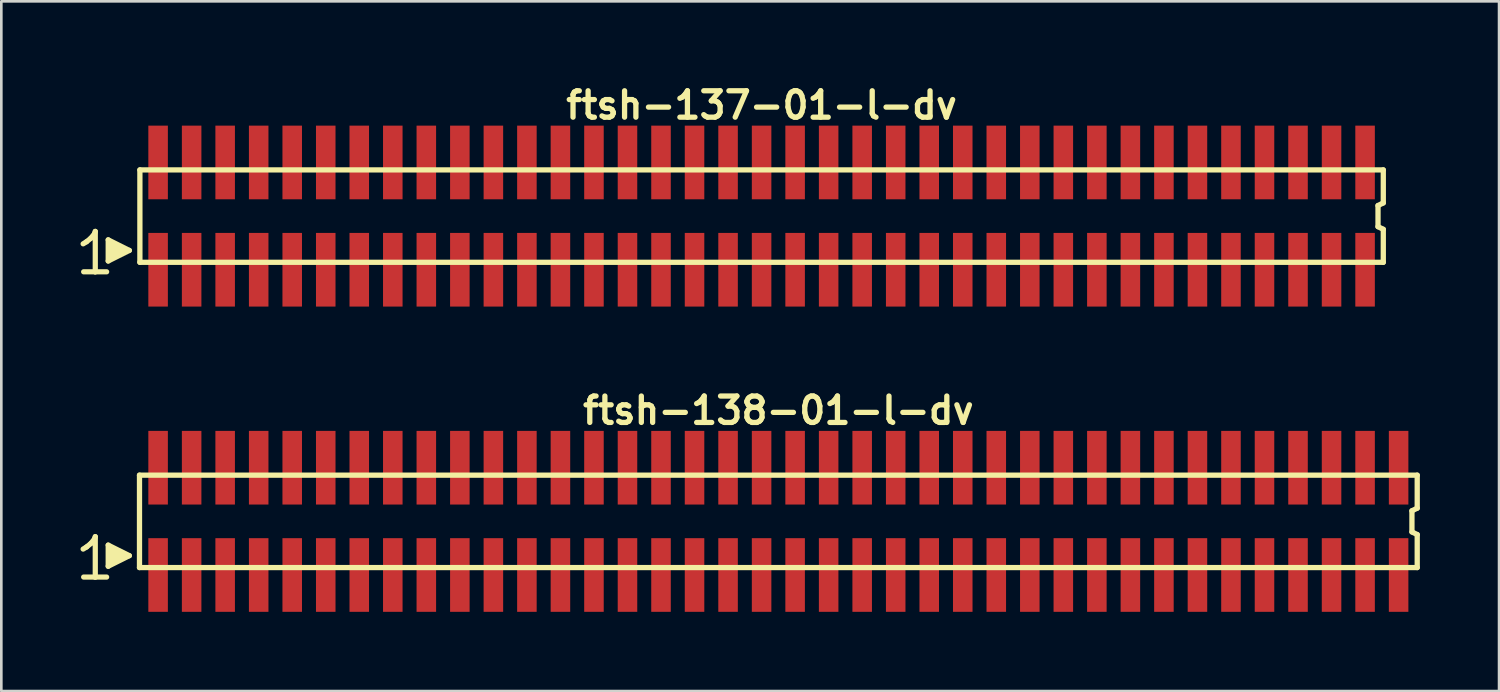
<source format=kicad_pcb>
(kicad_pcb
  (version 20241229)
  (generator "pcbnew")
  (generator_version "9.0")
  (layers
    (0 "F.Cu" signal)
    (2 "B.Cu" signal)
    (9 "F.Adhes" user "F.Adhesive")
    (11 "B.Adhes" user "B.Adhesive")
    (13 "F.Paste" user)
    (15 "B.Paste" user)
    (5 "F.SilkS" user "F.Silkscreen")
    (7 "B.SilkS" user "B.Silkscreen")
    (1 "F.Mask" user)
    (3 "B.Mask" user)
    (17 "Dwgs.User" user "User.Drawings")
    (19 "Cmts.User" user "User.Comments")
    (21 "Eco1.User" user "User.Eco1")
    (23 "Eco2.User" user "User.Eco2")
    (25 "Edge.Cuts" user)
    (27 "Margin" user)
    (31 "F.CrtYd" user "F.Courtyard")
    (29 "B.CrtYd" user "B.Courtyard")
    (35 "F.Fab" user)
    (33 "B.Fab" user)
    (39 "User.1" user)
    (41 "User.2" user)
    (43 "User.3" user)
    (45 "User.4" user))
  (footprint "ftsh-138-01-l-dv"
    (layer "F.Cu")
    (at 26.434 16.699)
    (property "Reference" "ftsh-138-01-l-dv" (at 0 -4.2 0) (layer "F.SilkS") (effects (font (size 1 1) (thickness 0.2))))
    (attr smd)
    (fp_line (start -26.335 1.05) (end -26.205 0.97) (stroke (width 0.198) (type solid)) (layer "F.SilkS"))
    (fp_line (start -26.205 0.97) (end -26.045 0.84) (stroke (width 0.198) (type solid)) (layer "F.SilkS"))
    (fp_line (start -26.045 0.84) (end -25.905 0.67) (stroke (width 0.198) (type solid)) (layer "F.SilkS"))
    (fp_line (start -25.905 0.67) (end -25.875 0.58) (stroke (width 0.198) (type solid)) (layer "F.SilkS"))
    (fp_line (start -25.875 0.58) (end -25.875 2.11) (stroke (width 0.198) (type solid)) (layer "F.SilkS"))
    (fp_line (start -25.875 2.11) (end -26.315 2.11) (stroke (width 0.198) (type solid)) (layer "F.SilkS"))
    (fp_line (start -25.445 2.11) (end -25.885 2.11) (stroke (width 0.198) (type solid)) (layer "F.SilkS"))
    (fp_line (start -25.385 0.9) (end -24.585 1.3) (stroke (width 0.198) (type solid)) (layer "F.SilkS"))
    (fp_line (start -25.385 1.7) (end -25.385 0.9) (stroke (width 0.198) (type solid)) (layer "F.SilkS"))
    (fp_line (start -25.285 1.6) (end -25.285 1) (stroke (width 0.198) (type solid)) (layer "F.SilkS"))
    (fp_line (start -25.185 1.1) (end -25.185 1.5) (stroke (width 0.198) (type solid)) (layer "F.SilkS"))
    (fp_line (start -25.085 1.5) (end -25.085 1.1) (stroke (width 0.198) (type solid)) (layer "F.SilkS"))
    (fp_line (start -24.985 1.2) (end -24.985 1.4) (stroke (width 0.198) (type solid)) (layer "F.SilkS"))
    (fp_line (start -24.885 1.4) (end -24.885 1.2) (stroke (width 0.198) (type solid)) (layer "F.SilkS"))
    (fp_line (start -24.585 1.3) (end -25.385 1.7) (stroke (width 0.198) (type solid)) (layer "F.SilkS"))
    (fp_line (start -24.2 -1.75) (end -24.2 1.75) (stroke (width 0.2) (type solid)) (layer "F.SilkS"))
    (fp_line (start -24.2 -1.75) (end 24.2 -1.75) (stroke (width 0.2) (type solid)) (layer "F.SilkS"))
    (fp_line (start -24.2 1.75) (end 24.2 1.75) (stroke (width 0.2) (type solid)) (layer "F.SilkS"))
    (fp_line (start 24 -0.4) (end 24 0.4) (stroke (width 0.2) (type solid)) (layer "F.SilkS"))
    (fp_line (start 24 0.4) (end 24.2 0.5) (stroke (width 0.2) (type solid)) (layer "F.SilkS"))
    (fp_line (start 24.2 -0.5) (end 24 -0.4) (stroke (width 0.2) (type solid)) (layer "F.SilkS"))
    (fp_line (start 24.2 -0.5) (end 24.2 -1.75) (stroke (width 0.2) (type solid)) (layer "F.SilkS"))
    (fp_line (start 24.2 0.5) (end 24.2 1.75) (stroke (width 0.2) (type solid)) (layer "F.SilkS"))
    (pad "1" smd rect (at -23.495 2.032) (size 0.74 2.79) (layers "F.Cu" "F.Mask" "F.Paste"))
    (pad "2" smd rect (at -23.495 -2.032) (size 0.74 2.79) (layers "F.Cu" "F.Mask" "F.Paste"))
    (pad "3" smd rect (at -22.225 2.032) (size 0.74 2.79) (layers "F.Cu" "F.Mask" "F.Paste"))
    (pad "4" smd rect (at -22.225 -2.032) (size 0.74 2.79) (layers "F.Cu" "F.Mask" "F.Paste"))
    (pad "5" smd rect (at -20.955 2.032) (size 0.74 2.79) (layers "F.Cu" "F.Mask" "F.Paste"))
    (pad "6" smd rect (at -20.955 -2.032) (size 0.74 2.79) (layers "F.Cu" "F.Mask" "F.Paste"))
    (pad "7" smd rect (at -19.685 2.032) (size 0.74 2.79) (layers "F.Cu" "F.Mask" "F.Paste"))
    (pad "8" smd rect (at -19.685 -2.032) (size 0.74 2.79) (layers "F.Cu" "F.Mask" "F.Paste"))
    (pad "9" smd rect (at -18.415 2.032) (size 0.74 2.79) (layers "F.Cu" "F.Mask" "F.Paste"))
    (pad "10" smd rect (at -18.415 -2.032) (size 0.74 2.79) (layers "F.Cu" "F.Mask" "F.Paste"))
    (pad "11" smd rect (at -17.145 2.032) (size 0.74 2.79) (layers "F.Cu" "F.Mask" "F.Paste"))
    (pad "12" smd rect (at -17.145 -2.032) (size 0.74 2.79) (layers "F.Cu" "F.Mask" "F.Paste"))
    (pad "13" smd rect (at -15.875 2.032) (size 0.74 2.79) (layers "F.Cu" "F.Mask" "F.Paste"))
    (pad "14" smd rect (at -15.875 -2.032) (size 0.74 2.79) (layers "F.Cu" "F.Mask" "F.Paste"))
    (pad "15" smd rect (at -14.605 2.032) (size 0.74 2.79) (layers "F.Cu" "F.Mask" "F.Paste"))
    (pad "16" smd rect (at -14.605 -2.032) (size 0.74 2.79) (layers "F.Cu" "F.Mask" "F.Paste"))
    (pad "17" smd rect (at -13.335 2.032) (size 0.74 2.79) (layers "F.Cu" "F.Mask" "F.Paste"))
    (pad "18" smd rect (at -13.335 -2.032) (size 0.74 2.79) (layers "F.Cu" "F.Mask" "F.Paste"))
    (pad "19" smd rect (at -12.065 2.032) (size 0.74 2.79) (layers "F.Cu" "F.Mask" "F.Paste"))
    (pad "20" smd rect (at -12.065 -2.032) (size 0.74 2.79) (layers "F.Cu" "F.Mask" "F.Paste"))
    (pad "21" smd rect (at -10.795 2.032) (size 0.74 2.79) (layers "F.Cu" "F.Mask" "F.Paste"))
    (pad "22" smd rect (at -10.795 -2.032) (size 0.74 2.79) (layers "F.Cu" "F.Mask" "F.Paste"))
    (pad "23" smd rect (at -9.525 2.032) (size 0.74 2.79) (layers "F.Cu" "F.Mask" "F.Paste"))
    (pad "24" smd rect (at -9.525 -2.032) (size 0.74 2.79) (layers "F.Cu" "F.Mask" "F.Paste"))
    (pad "25" smd rect (at -8.255 2.032) (size 0.74 2.79) (layers "F.Cu" "F.Mask" "F.Paste"))
    (pad "26" smd rect (at -8.255 -2.032) (size 0.74 2.79) (layers "F.Cu" "F.Mask" "F.Paste"))
    (pad "27" smd rect (at -6.985 2.032) (size 0.74 2.79) (layers "F.Cu" "F.Mask" "F.Paste"))
    (pad "28" smd rect (at -6.985 -2.032) (size 0.74 2.79) (layers "F.Cu" "F.Mask" "F.Paste"))
    (pad "29" smd rect (at -5.715 2.032) (size 0.74 2.79) (layers "F.Cu" "F.Mask" "F.Paste"))
    (pad "30" smd rect (at -5.715 -2.032) (size 0.74 2.79) (layers "F.Cu" "F.Mask" "F.Paste"))
    (pad "31" smd rect (at -4.445 2.032) (size 0.74 2.79) (layers "F.Cu" "F.Mask" "F.Paste"))
    (pad "32" smd rect (at -4.445 -2.032) (size 0.74 2.79) (layers "F.Cu" "F.Mask" "F.Paste"))
    (pad "33" smd rect (at -3.175 2.032) (size 0.74 2.79) (layers "F.Cu" "F.Mask" "F.Paste"))
    (pad "34" smd rect (at -3.175 -2.032) (size 0.74 2.79) (layers "F.Cu" "F.Mask" "F.Paste"))
    (pad "35" smd rect (at -1.905 2.032) (size 0.74 2.79) (layers "F.Cu" "F.Mask" "F.Paste"))
    (pad "36" smd rect (at -1.905 -2.032) (size 0.74 2.79) (layers "F.Cu" "F.Mask" "F.Paste"))
    (pad "37" smd rect (at -0.635 2.032) (size 0.74 2.79) (layers "F.Cu" "F.Mask" "F.Paste"))
    (pad "38" smd rect (at -0.635 -2.032) (size 0.74 2.79) (layers "F.Cu" "F.Mask" "F.Paste"))
    (pad "39" smd rect (at 0.635 2.032) (size 0.74 2.79) (layers "F.Cu" "F.Mask" "F.Paste"))
    (pad "40" smd rect (at 0.635 -2.032) (size 0.74 2.79) (layers "F.Cu" "F.Mask" "F.Paste"))
    (pad "41" smd rect (at 1.905 2.032) (size 0.74 2.79) (layers "F.Cu" "F.Mask" "F.Paste"))
    (pad "42" smd rect (at 1.905 -2.032) (size 0.74 2.79) (layers "F.Cu" "F.Mask" "F.Paste"))
    (pad "43" smd rect (at 3.175 2.032) (size 0.74 2.79) (layers "F.Cu" "F.Mask" "F.Paste"))
    (pad "44" smd rect (at 3.175 -2.032) (size 0.74 2.79) (layers "F.Cu" "F.Mask" "F.Paste"))
    (pad "45" smd rect (at 4.445 2.032) (size 0.74 2.79) (layers "F.Cu" "F.Mask" "F.Paste"))
    (pad "46" smd rect (at 4.445 -2.032) (size 0.74 2.79) (layers "F.Cu" "F.Mask" "F.Paste"))
    (pad "47" smd rect (at 5.715 2.032) (size 0.74 2.79) (layers "F.Cu" "F.Mask" "F.Paste"))
    (pad "48" smd rect (at 5.715 -2.032) (size 0.74 2.79) (layers "F.Cu" "F.Mask" "F.Paste"))
    (pad "49" smd rect (at 6.985 2.032) (size 0.74 2.79) (layers "F.Cu" "F.Mask" "F.Paste"))
    (pad "50" smd rect (at 6.985 -2.032) (size 0.74 2.79) (layers "F.Cu" "F.Mask" "F.Paste"))
    (pad "51" smd rect (at 8.255 2.032) (size 0.74 2.79) (layers "F.Cu" "F.Mask" "F.Paste"))
    (pad "52" smd rect (at 8.255 -2.032) (size 0.74 2.79) (layers "F.Cu" "F.Mask" "F.Paste"))
    (pad "53" smd rect (at 9.525 2.032) (size 0.74 2.79) (layers "F.Cu" "F.Mask" "F.Paste"))
    (pad "54" smd rect (at 9.525 -2.032) (size 0.74 2.79) (layers "F.Cu" "F.Mask" "F.Paste"))
    (pad "55" smd rect (at 10.795 2.032) (size 0.74 2.79) (layers "F.Cu" "F.Mask" "F.Paste"))
    (pad "56" smd rect (at 10.795 -2.032) (size 0.74 2.79) (layers "F.Cu" "F.Mask" "F.Paste"))
    (pad "57" smd rect (at 12.065 2.032) (size 0.74 2.79) (layers "F.Cu" "F.Mask" "F.Paste"))
    (pad "58" smd rect (at 12.065 -2.032) (size 0.74 2.79) (layers "F.Cu" "F.Mask" "F.Paste"))
    (pad "59" smd rect (at 13.335 2.032) (size 0.74 2.79) (layers "F.Cu" "F.Mask" "F.Paste"))
    (pad "60" smd rect (at 13.335 -2.032) (size 0.74 2.79) (layers "F.Cu" "F.Mask" "F.Paste"))
    (pad "61" smd rect (at 14.605 2.032) (size 0.74 2.79) (layers "F.Cu" "F.Mask" "F.Paste"))
    (pad "62" smd rect (at 14.605 -2.032) (size 0.74 2.79) (layers "F.Cu" "F.Mask" "F.Paste"))
    (pad "63" smd rect (at 15.875 2.032) (size 0.74 2.79) (layers "F.Cu" "F.Mask" "F.Paste"))
    (pad "64" smd rect (at 15.875 -2.032) (size 0.74 2.79) (layers "F.Cu" "F.Mask" "F.Paste"))
    (pad "65" smd rect (at 17.145 2.032) (size 0.74 2.79) (layers "F.Cu" "F.Mask" "F.Paste"))
    (pad "66" smd rect (at 17.145 -2.032) (size 0.74 2.79) (layers "F.Cu" "F.Mask" "F.Paste"))
    (pad "67" smd rect (at 18.415 2.032) (size 0.74 2.79) (layers "F.Cu" "F.Mask" "F.Paste"))
    (pad "68" smd rect (at 18.415 -2.032) (size 0.74 2.79) (layers "F.Cu" "F.Mask" "F.Paste"))
    (pad "69" smd rect (at 19.685 2.032) (size 0.74 2.79) (layers "F.Cu" "F.Mask" "F.Paste"))
    (pad "70" smd rect (at 19.685 -2.032) (size 0.74 2.79) (layers "F.Cu" "F.Mask" "F.Paste"))
    (pad "71" smd rect (at 20.955 2.032) (size 0.74 2.79) (layers "F.Cu" "F.Mask" "F.Paste"))
    (pad "72" smd rect (at 20.955 -2.032) (size 0.74 2.79) (layers "F.Cu" "F.Mask" "F.Paste"))
    (pad "73" smd rect (at 22.225 2.032) (size 0.74 2.79) (layers "F.Cu" "F.Mask" "F.Paste"))
    (pad "74" smd rect (at 22.225 -2.032) (size 0.74 2.79) (layers "F.Cu" "F.Mask" "F.Paste"))
    (pad "75" smd rect (at 23.495 2.032) (size 0.74 2.79) (layers "F.Cu" "F.Mask" "F.Paste"))
    (pad "76" smd rect (at 23.495 -2.032) (size 0.74 2.79) (layers "F.Cu" "F.Mask" "F.Paste")))
  (footprint "ftsh-137-01-l-dv"
    (layer "F.Cu")
    (at 25.799 5.136)
    (property "Reference" "ftsh-137-01-l-dv" (at 0 -4.2 0) (layer "F.SilkS") (effects (font (size 1 1) (thickness 0.2))))
    (attr smd)
    (fp_line (start -25.7 1.05) (end -25.57 0.97) (stroke (width 0.198) (type solid)) (layer "F.SilkS"))
    (fp_line (start -25.57 0.97) (end -25.41 0.84) (stroke (width 0.198) (type solid)) (layer "F.SilkS"))
    (fp_line (start -25.41 0.84) (end -25.27 0.67) (stroke (width 0.198) (type solid)) (layer "F.SilkS"))
    (fp_line (start -25.27 0.67) (end -25.24 0.58) (stroke (width 0.198) (type solid)) (layer "F.SilkS"))
    (fp_line (start -25.24 0.58) (end -25.24 2.11) (stroke (width 0.198) (type solid)) (layer "F.SilkS"))
    (fp_line (start -25.24 2.11) (end -25.68 2.11) (stroke (width 0.198) (type solid)) (layer "F.SilkS"))
    (fp_line (start -24.81 2.11) (end -25.25 2.11) (stroke (width 0.198) (type solid)) (layer "F.SilkS"))
    (fp_line (start -24.75 0.9) (end -23.95 1.3) (stroke (width 0.198) (type solid)) (layer "F.SilkS"))
    (fp_line (start -24.75 1.7) (end -24.75 0.9) (stroke (width 0.198) (type solid)) (layer "F.SilkS"))
    (fp_line (start -24.65 1.6) (end -24.65 1) (stroke (width 0.198) (type solid)) (layer "F.SilkS"))
    (fp_line (start -24.55 1.1) (end -24.55 1.5) (stroke (width 0.198) (type solid)) (layer "F.SilkS"))
    (fp_line (start -24.45 1.5) (end -24.45 1.1) (stroke (width 0.198) (type solid)) (layer "F.SilkS"))
    (fp_line (start -24.35 1.2) (end -24.35 1.4) (stroke (width 0.198) (type solid)) (layer "F.SilkS"))
    (fp_line (start -24.25 1.4) (end -24.25 1.2) (stroke (width 0.198) (type solid)) (layer "F.SilkS"))
    (fp_line (start -23.95 1.3) (end -24.75 1.7) (stroke (width 0.198) (type solid)) (layer "F.SilkS"))
    (fp_line (start -23.55 -1.75) (end -23.55 1.75) (stroke (width 0.2) (type solid)) (layer "F.SilkS"))
    (fp_line (start -23.55 -1.75) (end 23.55 -1.75) (stroke (width 0.2) (type solid)) (layer "F.SilkS"))
    (fp_line (start -23.55 1.75) (end 23.55 1.75) (stroke (width 0.2) (type solid)) (layer "F.SilkS"))
    (fp_line (start 23.35 -0.4) (end 23.35 0.4) (stroke (width 0.2) (type solid)) (layer "F.SilkS"))
    (fp_line (start 23.35 0.4) (end 23.55 0.5) (stroke (width 0.2) (type solid)) (layer "F.SilkS"))
    (fp_line (start 23.55 -0.5) (end 23.35 -0.4) (stroke (width 0.2) (type solid)) (layer "F.SilkS"))
    (fp_line (start 23.55 -0.5) (end 23.55 -1.75) (stroke (width 0.2) (type solid)) (layer "F.SilkS"))
    (fp_line (start 23.55 0.5) (end 23.55 1.75) (stroke (width 0.2) (type solid)) (layer "F.SilkS"))
    (pad "1" smd rect (at -22.86 2.032) (size 0.74 2.79) (layers "F.Cu" "F.Mask" "F.Paste"))
    (pad "2" smd rect (at -22.86 -2.032) (size 0.74 2.79) (layers "F.Cu" "F.Mask" "F.Paste"))
    (pad "3" smd rect (at -21.59 2.032) (size 0.74 2.79) (layers "F.Cu" "F.Mask" "F.Paste"))
    (pad "4" smd rect (at -21.59 -2.032) (size 0.74 2.79) (layers "F.Cu" "F.Mask" "F.Paste"))
    (pad "5" smd rect (at -20.32 2.032) (size 0.74 2.79) (layers "F.Cu" "F.Mask" "F.Paste"))
    (pad "6" smd rect (at -20.32 -2.032) (size 0.74 2.79) (layers "F.Cu" "F.Mask" "F.Paste"))
    (pad "7" smd rect (at -19.05 2.032) (size 0.74 2.79) (layers "F.Cu" "F.Mask" "F.Paste"))
    (pad "8" smd rect (at -19.05 -2.032) (size 0.74 2.79) (layers "F.Cu" "F.Mask" "F.Paste"))
    (pad "9" smd rect (at -17.78 2.032) (size 0.74 2.79) (layers "F.Cu" "F.Mask" "F.Paste"))
    (pad "10" smd rect (at -17.78 -2.032) (size 0.74 2.79) (layers "F.Cu" "F.Mask" "F.Paste"))
    (pad "11" smd rect (at -16.51 2.032) (size 0.74 2.79) (layers "F.Cu" "F.Mask" "F.Paste"))
    (pad "12" smd rect (at -16.51 -2.032) (size 0.74 2.79) (layers "F.Cu" "F.Mask" "F.Paste"))
    (pad "13" smd rect (at -15.24 2.032) (size 0.74 2.79) (layers "F.Cu" "F.Mask" "F.Paste"))
    (pad "14" smd rect (at -15.24 -2.032) (size 0.74 2.79) (layers "F.Cu" "F.Mask" "F.Paste"))
    (pad "15" smd rect (at -13.97 2.032) (size 0.74 2.79) (layers "F.Cu" "F.Mask" "F.Paste"))
    (pad "16" smd rect (at -13.97 -2.032) (size 0.74 2.79) (layers "F.Cu" "F.Mask" "F.Paste"))
    (pad "17" smd rect (at -12.7 2.032) (size 0.74 2.79) (layers "F.Cu" "F.Mask" "F.Paste"))
    (pad "18" smd rect (at -12.7 -2.032) (size 0.74 2.79) (layers "F.Cu" "F.Mask" "F.Paste"))
    (pad "19" smd rect (at -11.43 2.032) (size 0.74 2.79) (layers "F.Cu" "F.Mask" "F.Paste"))
    (pad "20" smd rect (at -11.43 -2.032) (size 0.74 2.79) (layers "F.Cu" "F.Mask" "F.Paste"))
    (pad "21" smd rect (at -10.16 2.032) (size 0.74 2.79) (layers "F.Cu" "F.Mask" "F.Paste"))
    (pad "22" smd rect (at -10.16 -2.032) (size 0.74 2.79) (layers "F.Cu" "F.Mask" "F.Paste"))
    (pad "23" smd rect (at -8.89 2.032) (size 0.74 2.79) (layers "F.Cu" "F.Mask" "F.Paste"))
    (pad "24" smd rect (at -8.89 -2.032) (size 0.74 2.79) (layers "F.Cu" "F.Mask" "F.Paste"))
    (pad "25" smd rect (at -7.62 2.032) (size 0.74 2.79) (layers "F.Cu" "F.Mask" "F.Paste"))
    (pad "26" smd rect (at -7.62 -2.032) (size 0.74 2.79) (layers "F.Cu" "F.Mask" "F.Paste"))
    (pad "27" smd rect (at -6.35 2.032) (size 0.74 2.79) (layers "F.Cu" "F.Mask" "F.Paste"))
    (pad "28" smd rect (at -6.35 -2.032) (size 0.74 2.79) (layers "F.Cu" "F.Mask" "F.Paste"))
    (pad "29" smd rect (at -5.08 2.032) (size 0.74 2.79) (layers "F.Cu" "F.Mask" "F.Paste"))
    (pad "30" smd rect (at -5.08 -2.032) (size 0.74 2.79) (layers "F.Cu" "F.Mask" "F.Paste"))
    (pad "31" smd rect (at -3.81 2.032) (size 0.74 2.79) (layers "F.Cu" "F.Mask" "F.Paste"))
    (pad "32" smd rect (at -3.81 -2.032) (size 0.74 2.79) (layers "F.Cu" "F.Mask" "F.Paste"))
    (pad "33" smd rect (at -2.54 2.032) (size 0.74 2.79) (layers "F.Cu" "F.Mask" "F.Paste"))
    (pad "34" smd rect (at -2.54 -2.032) (size 0.74 2.79) (layers "F.Cu" "F.Mask" "F.Paste"))
    (pad "35" smd rect (at -1.27 2.032) (size 0.74 2.79) (layers "F.Cu" "F.Mask" "F.Paste"))
    (pad "36" smd rect (at -1.27 -2.032) (size 0.74 2.79) (layers "F.Cu" "F.Mask" "F.Paste"))
    (pad "37" smd rect (at 0 2.032) (size 0.74 2.79) (layers "F.Cu" "F.Mask" "F.Paste"))
    (pad "38" smd rect (at 0 -2.032) (size 0.74 2.79) (layers "F.Cu" "F.Mask" "F.Paste"))
    (pad "39" smd rect (at 1.27 2.032) (size 0.74 2.79) (layers "F.Cu" "F.Mask" "F.Paste"))
    (pad "40" smd rect (at 1.27 -2.032) (size 0.74 2.79) (layers "F.Cu" "F.Mask" "F.Paste"))
    (pad "41" smd rect (at 2.54 2.032) (size 0.74 2.79) (layers "F.Cu" "F.Mask" "F.Paste"))
    (pad "42" smd rect (at 2.54 -2.032) (size 0.74 2.79) (layers "F.Cu" "F.Mask" "F.Paste"))
    (pad "43" smd rect (at 3.81 2.032) (size 0.74 2.79) (layers "F.Cu" "F.Mask" "F.Paste"))
    (pad "44" smd rect (at 3.81 -2.032) (size 0.74 2.79) (layers "F.Cu" "F.Mask" "F.Paste"))
    (pad "45" smd rect (at 5.08 2.032) (size 0.74 2.79) (layers "F.Cu" "F.Mask" "F.Paste"))
    (pad "46" smd rect (at 5.08 -2.032) (size 0.74 2.79) (layers "F.Cu" "F.Mask" "F.Paste"))
    (pad "47" smd rect (at 6.35 2.032) (size 0.74 2.79) (layers "F.Cu" "F.Mask" "F.Paste"))
    (pad "48" smd rect (at 6.35 -2.032) (size 0.74 2.79) (layers "F.Cu" "F.Mask" "F.Paste"))
    (pad "49" smd rect (at 7.62 2.032) (size 0.74 2.79) (layers "F.Cu" "F.Mask" "F.Paste"))
    (pad "50" smd rect (at 7.62 -2.032) (size 0.74 2.79) (layers "F.Cu" "F.Mask" "F.Paste"))
    (pad "51" smd rect (at 8.89 2.032) (size 0.74 2.79) (layers "F.Cu" "F.Mask" "F.Paste"))
    (pad "52" smd rect (at 8.89 -2.032) (size 0.74 2.79) (layers "F.Cu" "F.Mask" "F.Paste"))
    (pad "53" smd rect (at 10.16 2.032) (size 0.74 2.79) (layers "F.Cu" "F.Mask" "F.Paste"))
    (pad "54" smd rect (at 10.16 -2.032) (size 0.74 2.79) (layers "F.Cu" "F.Mask" "F.Paste"))
    (pad "55" smd rect (at 11.43 2.032) (size 0.74 2.79) (layers "F.Cu" "F.Mask" "F.Paste"))
    (pad "56" smd rect (at 11.43 -2.032) (size 0.74 2.79) (layers "F.Cu" "F.Mask" "F.Paste"))
    (pad "57" smd rect (at 12.7 2.032) (size 0.74 2.79) (layers "F.Cu" "F.Mask" "F.Paste"))
    (pad "58" smd rect (at 12.7 -2.032) (size 0.74 2.79) (layers "F.Cu" "F.Mask" "F.Paste"))
    (pad "59" smd rect (at 13.97 2.032) (size 0.74 2.79) (layers "F.Cu" "F.Mask" "F.Paste"))
    (pad "60" smd rect (at 13.97 -2.032) (size 0.74 2.79) (layers "F.Cu" "F.Mask" "F.Paste"))
    (pad "61" smd rect (at 15.24 2.032) (size 0.74 2.79) (layers "F.Cu" "F.Mask" "F.Paste"))
    (pad "62" smd rect (at 15.24 -2.032) (size 0.74 2.79) (layers "F.Cu" "F.Mask" "F.Paste"))
    (pad "63" smd rect (at 16.51 2.032) (size 0.74 2.79) (layers "F.Cu" "F.Mask" "F.Paste"))
    (pad "64" smd rect (at 16.51 -2.032) (size 0.74 2.79) (layers "F.Cu" "F.Mask" "F.Paste"))
    (pad "65" smd rect (at 17.78 2.032) (size 0.74 2.79) (layers "F.Cu" "F.Mask" "F.Paste"))
    (pad "66" smd rect (at 17.78 -2.032) (size 0.74 2.79) (layers "F.Cu" "F.Mask" "F.Paste"))
    (pad "67" smd rect (at 19.05 2.032) (size 0.74 2.79) (layers "F.Cu" "F.Mask" "F.Paste"))
    (pad "68" smd rect (at 19.05 -2.032) (size 0.74 2.79) (layers "F.Cu" "F.Mask" "F.Paste"))
    (pad "69" smd rect (at 20.32 2.032) (size 0.74 2.79) (layers "F.Cu" "F.Mask" "F.Paste"))
    (pad "70" smd rect (at 20.32 -2.032) (size 0.74 2.79) (layers "F.Cu" "F.Mask" "F.Paste"))
    (pad "71" smd rect (at 21.59 2.032) (size 0.74 2.79) (layers "F.Cu" "F.Mask" "F.Paste"))
    (pad "72" smd rect (at 21.59 -2.032) (size 0.74 2.79) (layers "F.Cu" "F.Mask" "F.Paste"))
    (pad "73" smd rect (at 22.86 2.032) (size 0.74 2.79) (layers "F.Cu" "F.Mask" "F.Paste"))
    (pad "74" smd rect (at 22.86 -2.032) (size 0.74 2.79) (layers "F.Cu" "F.Mask" "F.Paste")))
  (gr_rect
    (start -3 -3)
    (end 53.734 23.126)
    (stroke (width 0.1) (type default))
    (fill no)
    (layer "Edge.Cuts")))
</source>
